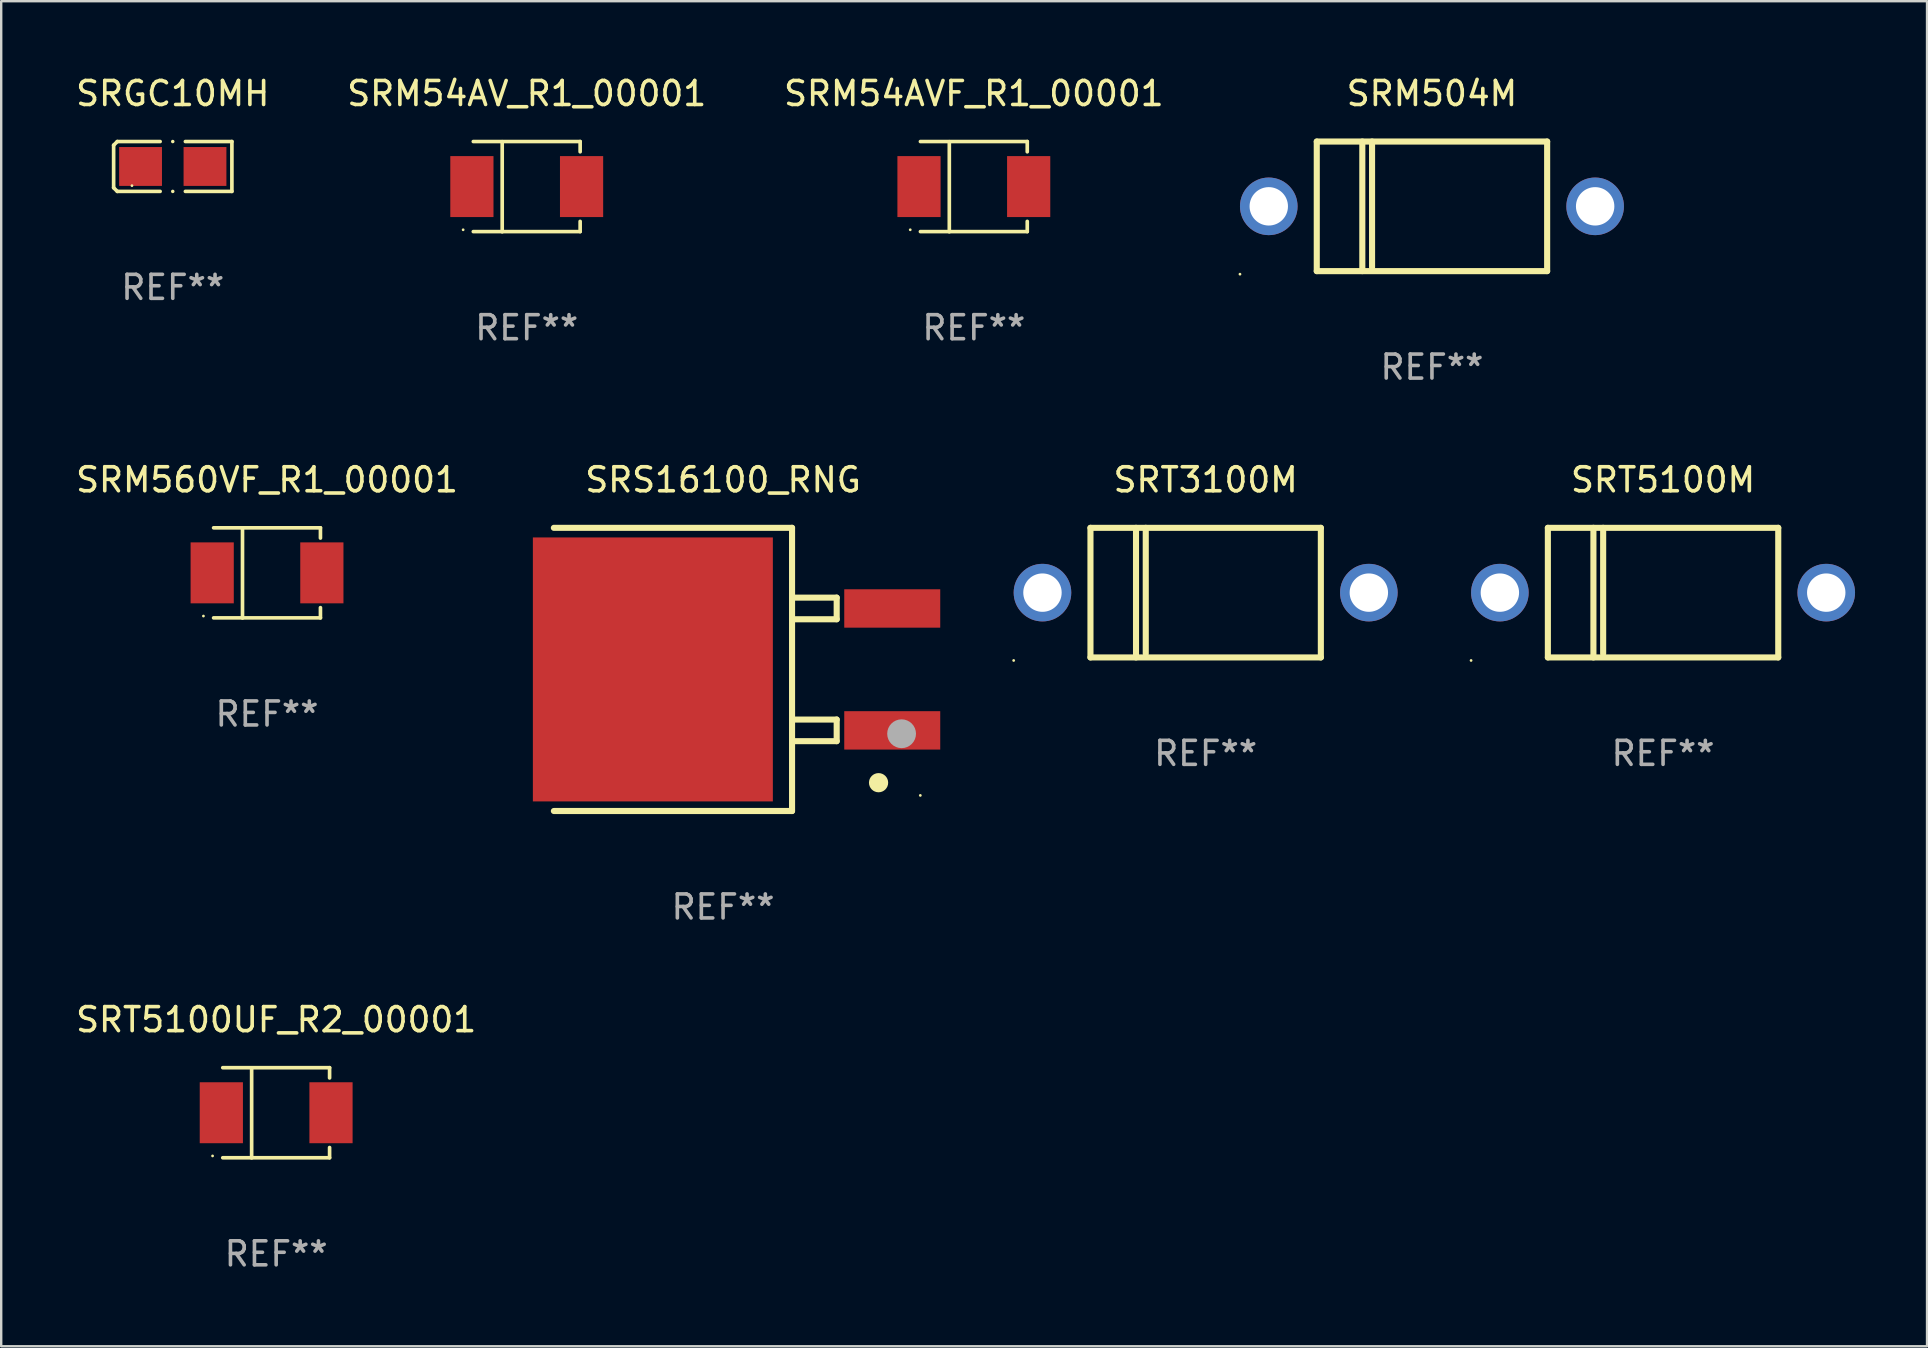
<source format=kicad_pcb>
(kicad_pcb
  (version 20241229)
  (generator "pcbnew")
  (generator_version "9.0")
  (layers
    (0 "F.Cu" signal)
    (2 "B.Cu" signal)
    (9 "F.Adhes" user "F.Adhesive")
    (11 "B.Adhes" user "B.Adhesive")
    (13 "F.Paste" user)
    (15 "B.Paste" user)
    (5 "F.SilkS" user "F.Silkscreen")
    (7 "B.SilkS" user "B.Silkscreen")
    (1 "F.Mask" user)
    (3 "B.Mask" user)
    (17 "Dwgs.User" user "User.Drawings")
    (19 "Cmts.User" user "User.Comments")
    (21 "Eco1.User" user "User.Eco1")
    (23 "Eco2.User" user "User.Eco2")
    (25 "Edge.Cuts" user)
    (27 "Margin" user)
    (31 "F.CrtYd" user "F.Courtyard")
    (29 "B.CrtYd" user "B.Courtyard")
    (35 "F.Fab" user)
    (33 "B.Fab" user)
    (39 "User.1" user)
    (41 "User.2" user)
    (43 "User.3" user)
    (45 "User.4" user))
  (footprint "SRGC10MH"
    (layer "F.Cu")
    (at 4.149 3.887)
    (property "Reference" "SRGC10MH" (at 0 -3.039 0) (layer "F.SilkS") (effects (font (size 1 1) (thickness 0.15))))
    (attr through_hole)
    (fp_line (start -2.464 -0.886) (end -2.311 -1.039) (stroke (width 0.152) (type solid)) (layer "F.SilkS"))
    (fp_line (start -2.464 0.886) (end -2.464 -0.886) (stroke (width 0.152) (type solid)) (layer "F.SilkS"))
    (fp_line (start -2.311 -1.039) (end -0.526 -1.039) (stroke (width 0.152) (type solid)) (layer "F.SilkS"))
    (fp_line (start -2.311 1.039) (end -2.464 0.886) (stroke (width 0.152) (type solid)) (layer "F.SilkS"))
    (fp_line (start -0.526 1.039) (end -2.311 1.039) (stroke (width 0.152) (type solid)) (layer "F.SilkS"))
    (fp_line (start 0.526 1.039) (end 2.464 1.039) (stroke (width 0.152) (type solid)) (layer "F.SilkS"))
    (fp_line (start 2.464 -1.039) (end 0.526 -1.039) (stroke (width 0.152) (type solid)) (layer "F.SilkS"))
    (fp_line (start 2.464 1.039) (end 2.464 -1.039) (stroke (width 0.152) (type solid)) (layer "F.SilkS"))
    (fp_circle (center -1.7 0.8) (end -1.67 0.8) (stroke (width 0.06) (type solid)) (fill no) (layer "F.SilkS"))
    (fp_circle (center -0.000038 -1.039) (end 0.038 -1.039) (stroke (width 0.076) (type solid)) (fill no) (layer "F.SilkS"))
    (fp_circle (center -0.000038 1.039) (end 0.038 1.039) (stroke (width 0.076) (type solid)) (fill no) (layer "F.SilkS"))
    (fp_text user "REF**" (at 0 5.039 0) (layer "F.Fab") (effects (font (size 1 1) (thickness 0.15))))
    (pad "1" smd rect (at -1.342 0.000013) (size 1.785 1.62) (layers "F.Cu" "F.Mask" "F.Paste"))
    (pad "2" smd rect (at 1.343 0.000013) (size 1.785 1.62) (layers "F.Cu" "F.Mask" "F.Paste")))
  (footprint "SRS16100_RNG"
    (layer "F.Cu")
    (at 27.08 24.845)
    (property "Reference" "SRS16100_RNG" (at 0 -7.9 0) (layer "F.SilkS") (effects (font (size 1 1) (thickness 0.15))))
    (attr through_hole)
    (fp_line (start -7.05 5.9) (end 2.875 5.9) (stroke (width 0.254) (type solid)) (layer "F.SilkS"))
    (fp_line (start 2.875 -5.9) (end -7.05 -5.9) (stroke (width 0.254) (type solid)) (layer "F.SilkS"))
    (fp_line (start 2.875 -5.9) (end 2.875 5.9) (stroke (width 0.254) (type solid)) (layer "F.SilkS"))
    (fp_line (start 2.875 -2.991) (end 4.735 -2.991) (stroke (width 0.254) (type solid)) (layer "F.SilkS"))
    (fp_line (start 2.875 2.089) (end 4.735 2.089) (stroke (width 0.254) (type solid)) (layer "F.SilkS"))
    (fp_line (start 4.735 -2.991) (end 4.735 -2.09) (stroke (width 0.254) (type solid)) (layer "F.SilkS"))
    (fp_line (start 4.735 -2.09) (end 2.875 -2.09) (stroke (width 0.254) (type solid)) (layer "F.SilkS"))
    (fp_line (start 4.735 2.089) (end 4.735 2.99) (stroke (width 0.254) (type solid)) (layer "F.SilkS"))
    (fp_line (start 4.735 2.99) (end 2.875 2.99) (stroke (width 0.254) (type solid)) (layer "F.SilkS"))
    (fp_circle (center 6.48 4.72) (end 6.68 4.72) (stroke (width 0.4) (type solid)) (fill no) (layer "F.SilkS"))
    (fp_circle (center 8.22 5.25) (end 8.25 5.25) (stroke (width 0.06) (type solid)) (fill no) (layer "F.SilkS"))
    (fp_circle (center 7.44 2.68) (end 7.74 2.68) (stroke (width 0.6) (type solid)) (fill no) (layer "F.Fab"))
    (fp_text user "REF**" (at 0 9.9 0) (layer "F.Fab") (effects (font (size 1 1) (thickness 0.15))))
    (pad "1" smd rect (at 7.05 2.54) (size 4 1.6) (layers "F.Cu" "F.Mask" "F.Paste"))
    (pad "2" smd rect (at 7.05 -2.54) (size 4 1.6) (layers "F.Cu" "F.Mask" "F.Paste"))
    (pad "3" smd rect (at -2.925 0.000102) (size 10 11) (layers "F.Cu" "F.Mask" "F.Paste")))
  (footprint "SRT3100M"
    (layer "F.Cu")
    (at 47.19 21.645)
    (property "Reference" "SRT3100M" (at 0 -4.7 0) (layer "F.SilkS") (effects (font (size 1 1) (thickness 0.15))))
    (attr through_hole)
    (fp_line (start -4.8 -2.7) (end -4.8 2.7) (stroke (width 0.254) (type solid)) (layer "F.SilkS"))
    (fp_line (start -4.8 -2.7) (end 4.8 -2.7) (stroke (width 0.254) (type solid)) (layer "F.SilkS"))
    (fp_line (start -2.902 -2.7) (end -2.902 2.7) (stroke (width 0.254) (type solid)) (layer "F.SilkS"))
    (fp_line (start -2.496 -2.7) (end -2.496 2.54) (stroke (width 0.254) (type solid)) (layer "F.SilkS"))
    (fp_line (start 4.8 -2.7) (end 4.8 2.7) (stroke (width 0.254) (type solid)) (layer "F.SilkS"))
    (fp_line (start 4.8 2.7) (end -4.8 2.7) (stroke (width 0.254) (type solid)) (layer "F.SilkS"))
    (fp_circle (center -8 2.827) (end -7.97 2.827) (stroke (width 0.06) (type solid)) (fill no) (layer "F.SilkS"))
    (fp_text user "REF**" (at 0 6.7 0) (layer "F.Fab") (effects (font (size 1 1) (thickness 0.15))))
    (pad "1" thru_hole circle (at -6.8 0) (size 2.4 2.4) (drill 1.6) (layers "*.Cu" "*.Mask"))
    (pad "2" thru_hole circle (at 6.8 0) (size 2.4 2.4) (drill 1.6) (layers "*.Cu" "*.Mask")))
  (footprint "SRM504M"
    (layer "F.Cu")
    (at 56.62 5.548)
    (property "Reference" "SRM504M" (at 0 -4.7 0) (layer "F.SilkS") (effects (font (size 1 1) (thickness 0.15))))
    (attr through_hole)
    (fp_line (start -4.8 -2.7) (end -4.8 2.7) (stroke (width 0.254) (type solid)) (layer "F.SilkS"))
    (fp_line (start -4.8 -2.7) (end 4.8 -2.7) (stroke (width 0.254) (type solid)) (layer "F.SilkS"))
    (fp_line (start -2.902 -2.7) (end -2.902 2.7) (stroke (width 0.254) (type solid)) (layer "F.SilkS"))
    (fp_line (start -2.496 -2.7) (end -2.496 2.54) (stroke (width 0.254) (type solid)) (layer "F.SilkS"))
    (fp_line (start 4.8 -2.7) (end 4.8 2.7) (stroke (width 0.254) (type solid)) (layer "F.SilkS"))
    (fp_line (start 4.8 2.7) (end -4.8 2.7) (stroke (width 0.254) (type solid)) (layer "F.SilkS"))
    (fp_circle (center -8 2.827) (end -7.97 2.827) (stroke (width 0.06) (type solid)) (fill no) (layer "F.SilkS"))
    (fp_text user "REF**" (at 0 6.7 0) (layer "F.Fab") (effects (font (size 1 1) (thickness 0.15))))
    (pad "1" thru_hole circle (at -6.8 0) (size 2.4 2.4) (drill 1.6) (layers "*.Cu" "*.Mask"))
    (pad "2" thru_hole circle (at 6.8 0) (size 2.4 2.4) (drill 1.6) (layers "*.Cu" "*.Mask")))
  (footprint "SRM54AV_R1_00001"
    (layer "F.Cu")
    (at 18.899 4.728)
    (property "Reference" "SRM54AV_R1_00001" (at 0 -3.88 0) (layer "F.SilkS") (effects (font (size 1 1) (thickness 0.15))))
    (attr through_hole)
    (fp_line (start -2.226 -1.88) (end 2.226 -1.88) (stroke (width 0.152) (type solid)) (layer "F.SilkS"))
    (fp_line (start -2.226 1.873) (end 2.226 1.873) (stroke (width 0.152) (type solid)) (layer "F.SilkS"))
    (fp_line (start -1.022 -1.873) (end -1.022 1.88) (stroke (width 0.152) (type solid)) (layer "F.SilkS"))
    (fp_line (start 2.226 -1.88) (end 2.226 -1.453) (stroke (width 0.152) (type solid)) (layer "F.SilkS"))
    (fp_line (start 2.226 1.447) (end 2.226 1.873) (stroke (width 0.152) (type solid)) (layer "F.SilkS"))
    (fp_circle (center -2.65 1.797) (end -2.62 1.797) (stroke (width 0.06) (type solid)) (fill no) (layer "F.SilkS"))
    (fp_text user "REF**" (at 0 5.88 0) (layer "F.Fab") (effects (font (size 1 1) (thickness 0.15))))
    (pad "1" smd rect (at -2.285 -0.003) (size 1.8 2.54) (layers "F.Cu" "F.Mask" "F.Paste"))
    (pad "2" smd rect (at 2.285 -0.003) (size 1.8 2.54) (layers "F.Cu" "F.Mask" "F.Paste")))
  (footprint "SRT5100M"
    (layer "F.Cu")
    (at 66.25 21.645)
    (property "Reference" "SRT5100M" (at 0 -4.7 0) (layer "F.SilkS") (effects (font (size 1 1) (thickness 0.15))))
    (attr through_hole)
    (fp_line (start -4.8 -2.7) (end -4.8 2.7) (stroke (width 0.254) (type solid)) (layer "F.SilkS"))
    (fp_line (start -4.8 -2.7) (end 4.8 -2.7) (stroke (width 0.254) (type solid)) (layer "F.SilkS"))
    (fp_line (start -2.902 -2.7) (end -2.902 2.7) (stroke (width 0.254) (type solid)) (layer "F.SilkS"))
    (fp_line (start -2.496 -2.7) (end -2.496 2.54) (stroke (width 0.254) (type solid)) (layer "F.SilkS"))
    (fp_line (start 4.8 -2.7) (end 4.8 2.7) (stroke (width 0.254) (type solid)) (layer "F.SilkS"))
    (fp_line (start 4.8 2.7) (end -4.8 2.7) (stroke (width 0.254) (type solid)) (layer "F.SilkS"))
    (fp_circle (center -8 2.827) (end -7.97 2.827) (stroke (width 0.06) (type solid)) (fill no) (layer "F.SilkS"))
    (fp_text user "REF**" (at 0 6.7 0) (layer "F.Fab") (effects (font (size 1 1) (thickness 0.15))))
    (pad "1" thru_hole circle (at -6.8 0) (size 2.4 2.4) (drill 1.6) (layers "*.Cu" "*.Mask"))
    (pad "2" thru_hole circle (at 6.8 0) (size 2.4 2.4) (drill 1.6) (layers "*.Cu" "*.Mask")))
  (footprint "SRM560VF_R1_00001"
    (layer "F.Cu")
    (at 8.077 20.824)
    (property "Reference" "SRM560VF_R1_00001" (at 0 -3.88 0) (layer "F.SilkS") (effects (font (size 1 1) (thickness 0.15))))
    (attr through_hole)
    (fp_line (start -2.226 -1.88) (end 2.226 -1.88) (stroke (width 0.152) (type solid)) (layer "F.SilkS"))
    (fp_line (start -2.226 1.873) (end 2.226 1.873) (stroke (width 0.152) (type solid)) (layer "F.SilkS"))
    (fp_line (start -1.022 -1.873) (end -1.022 1.88) (stroke (width 0.152) (type solid)) (layer "F.SilkS"))
    (fp_line (start 2.226 -1.88) (end 2.226 -1.453) (stroke (width 0.152) (type solid)) (layer "F.SilkS"))
    (fp_line (start 2.226 1.447) (end 2.226 1.873) (stroke (width 0.152) (type solid)) (layer "F.SilkS"))
    (fp_circle (center -2.65 1.797) (end -2.62 1.797) (stroke (width 0.06) (type solid)) (fill no) (layer "F.SilkS"))
    (fp_text user "REF**" (at 0 5.88 0) (layer "F.Fab") (effects (font (size 1 1) (thickness 0.15))))
    (pad "1" smd rect (at -2.285 -0.003) (size 1.8 2.54) (layers "F.Cu" "F.Mask" "F.Paste"))
    (pad "2" smd rect (at 2.285 -0.003) (size 1.8 2.54) (layers "F.Cu" "F.Mask" "F.Paste")))
  (footprint "SRM54AVF_R1_00001"
    (layer "F.Cu")
    (at 37.53 4.728)
    (property "Reference" "SRM54AVF_R1_00001" (at 0 -3.88 0) (layer "F.SilkS") (effects (font (size 1 1) (thickness 0.15))))
    (attr through_hole)
    (fp_line (start -2.226 -1.88) (end 2.226 -1.88) (stroke (width 0.152) (type solid)) (layer "F.SilkS"))
    (fp_line (start -2.226 1.873) (end 2.226 1.873) (stroke (width 0.152) (type solid)) (layer "F.SilkS"))
    (fp_line (start -1.022 -1.873) (end -1.022 1.88) (stroke (width 0.152) (type solid)) (layer "F.SilkS"))
    (fp_line (start 2.226 -1.88) (end 2.226 -1.453) (stroke (width 0.152) (type solid)) (layer "F.SilkS"))
    (fp_line (start 2.226 1.447) (end 2.226 1.873) (stroke (width 0.152) (type solid)) (layer "F.SilkS"))
    (fp_circle (center -2.65 1.797) (end -2.62 1.797) (stroke (width 0.06) (type solid)) (fill no) (layer "F.SilkS"))
    (fp_text user "REF**" (at 0 5.88 0) (layer "F.Fab") (effects (font (size 1 1) (thickness 0.15))))
    (pad "1" smd rect (at -2.285 -0.003) (size 1.8 2.54) (layers "F.Cu" "F.Mask" "F.Paste"))
    (pad "2" smd rect (at 2.285 -0.003) (size 1.8 2.54) (layers "F.Cu" "F.Mask" "F.Paste")))
  (footprint "SRT5100UF_R2_00001"
    (layer "F.Cu")
    (at 8.458 43.321)
    (property "Reference" "SRT5100UF_R2_00001" (at 0 -3.88 0) (layer "F.SilkS") (effects (font (size 1 1) (thickness 0.15))))
    (attr through_hole)
    (fp_line (start -2.226 -1.88) (end 2.226 -1.88) (stroke (width 0.152) (type solid)) (layer "F.SilkS"))
    (fp_line (start -2.226 1.873) (end 2.226 1.873) (stroke (width 0.152) (type solid)) (layer "F.SilkS"))
    (fp_line (start -1.022 -1.873) (end -1.022 1.88) (stroke (width 0.152) (type solid)) (layer "F.SilkS"))
    (fp_line (start 2.226 -1.88) (end 2.226 -1.453) (stroke (width 0.152) (type solid)) (layer "F.SilkS"))
    (fp_line (start 2.226 1.447) (end 2.226 1.873) (stroke (width 0.152) (type solid)) (layer "F.SilkS"))
    (fp_circle (center -2.65 1.797) (end -2.62 1.797) (stroke (width 0.06) (type solid)) (fill no) (layer "F.SilkS"))
    (fp_text user "REF**" (at 0 5.88 0) (layer "F.Fab") (effects (font (size 1 1) (thickness 0.15))))
    (pad "1" smd rect (at -2.285 -0.003) (size 1.8 2.54) (layers "F.Cu" "F.Mask" "F.Paste"))
    (pad "2" smd rect (at 2.285 -0.003) (size 1.8 2.54) (layers "F.Cu" "F.Mask" "F.Paste")))
  (gr_rect
    (start -3 -3)
    (end 77.25 53.049)
    (stroke (width 0.1) (type default))
    (fill no)
    (layer "Edge.Cuts")))
</source>
